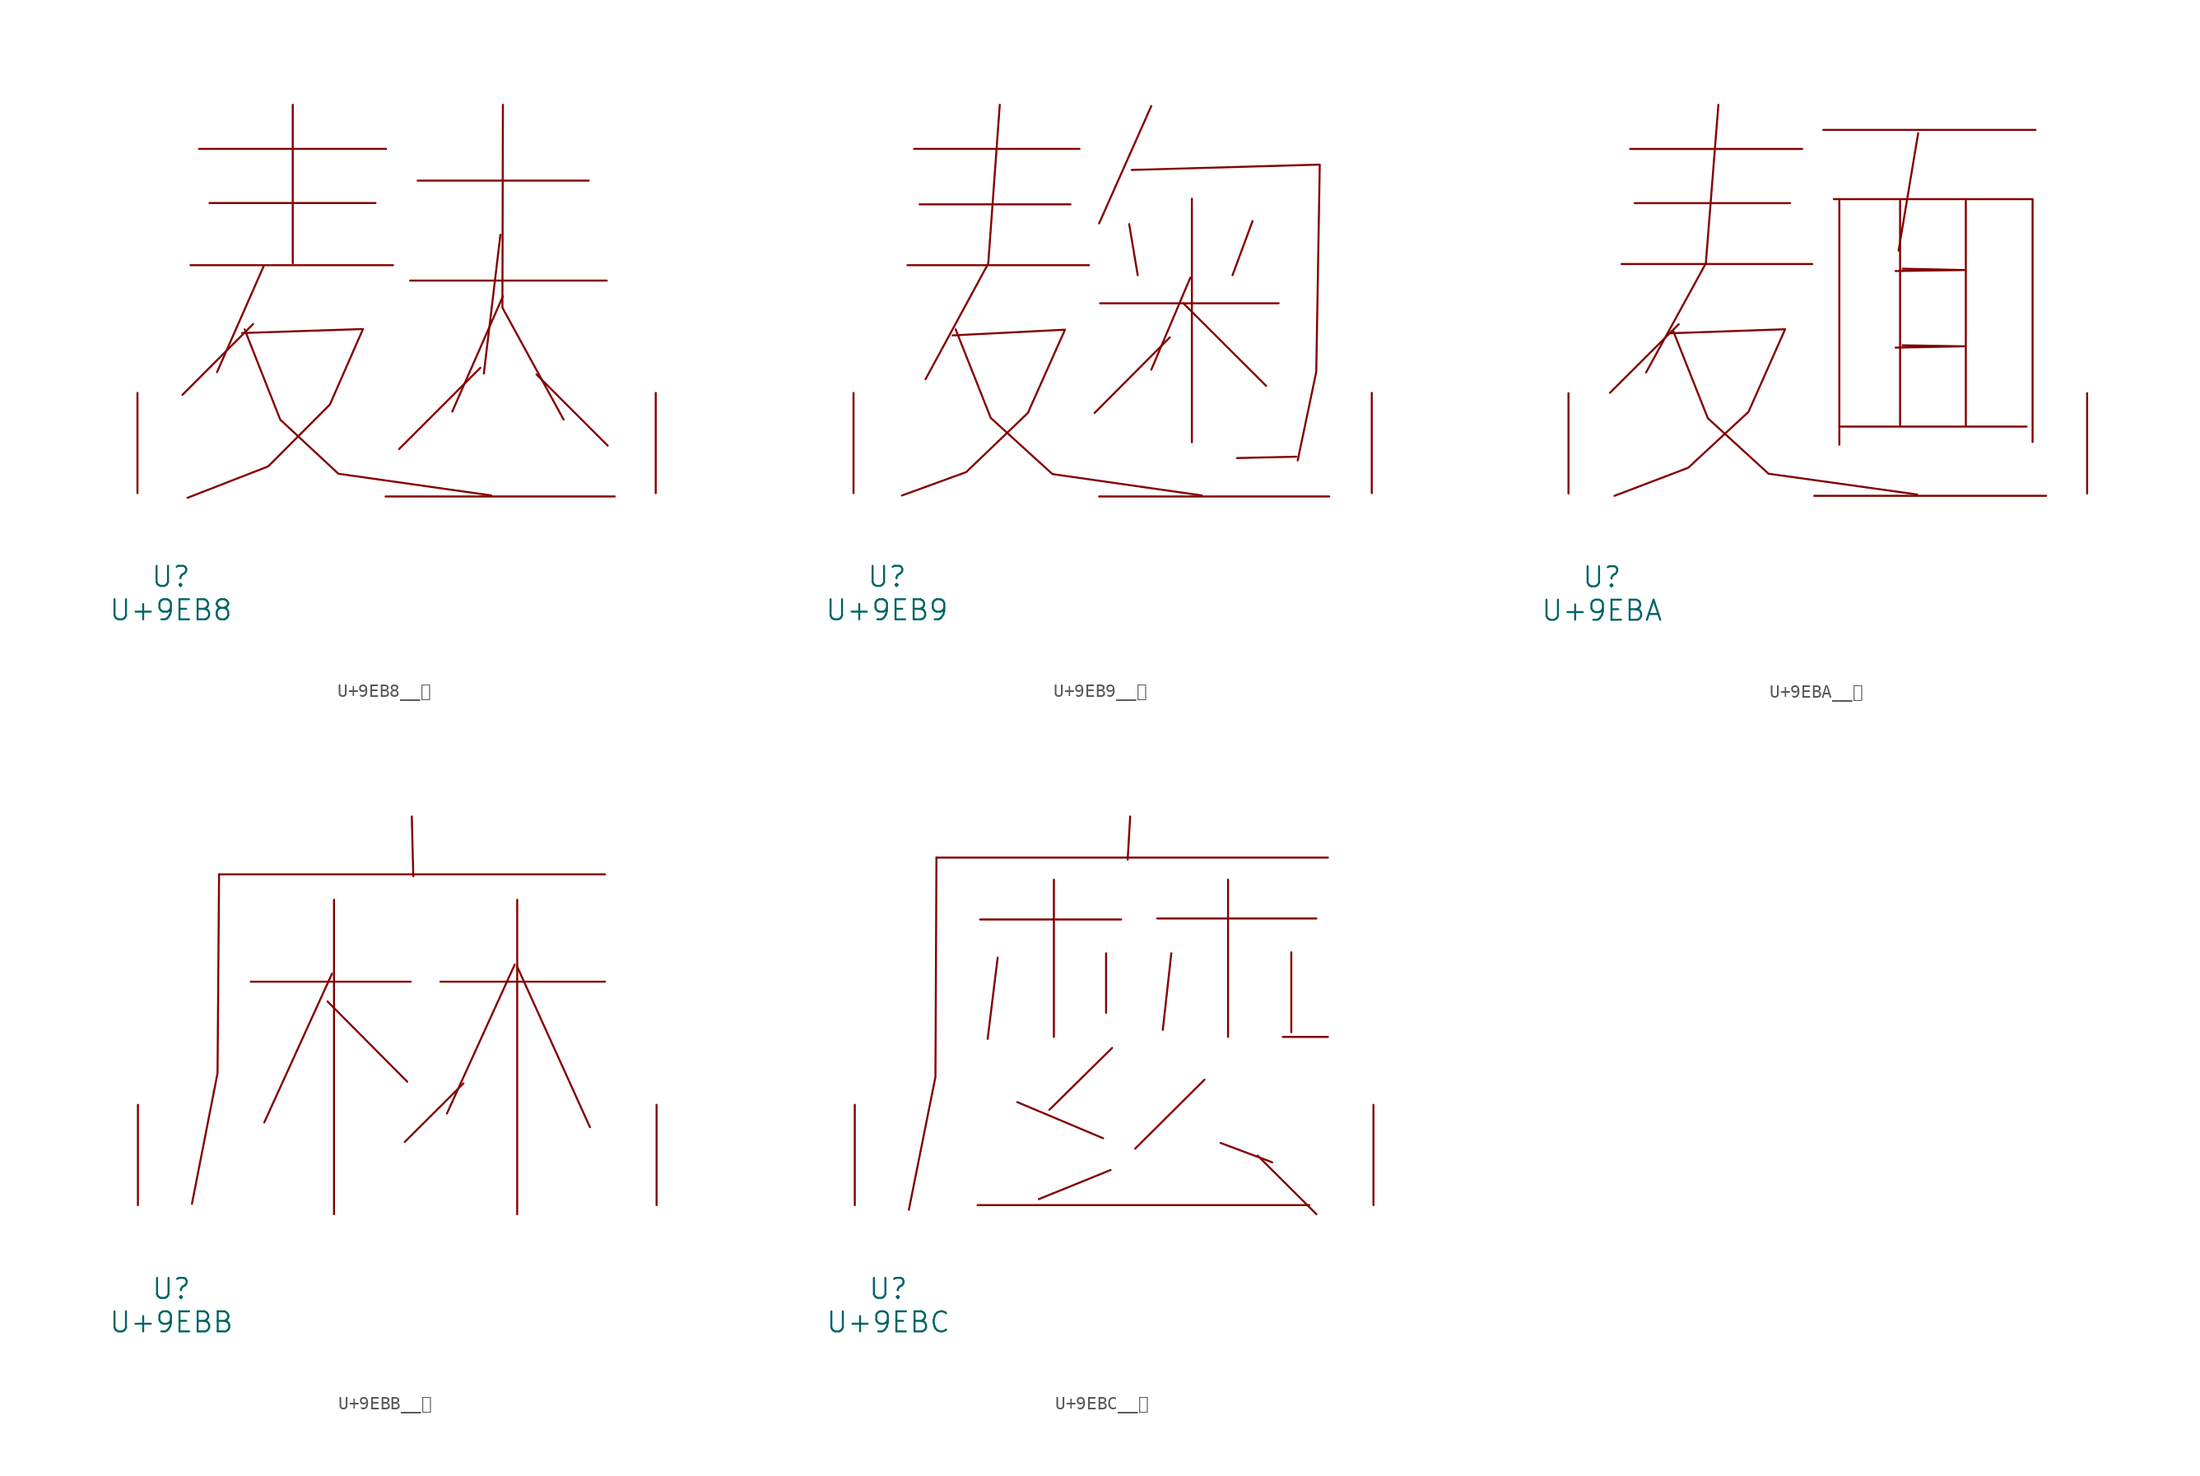
<source format=kicad_sym>
(kicad_symbol_lib
  (version 20231120)
  (generator "kicad_symbol_editor")
  (generator_version "8.0")
  (symbol "U+9EB8__麸"
    (pin_names
      (offset 1.016))
    (property "Reference" "U"
      (at 0 -6.35 0)
      (effects (font (size 1.524 1.524))))
    (property "Value" "U+9EB8"
      (at 0 -8.89 0)
      (effects (font (size 1.524 1.524))))
    (symbol "U+9EB8__麸_0_1"
      (polyline (pts (xy 1.486 17.323) (xy 16.878 17.323)) (stroke (width 0) (type solid)) (fill (type none)))
      (polyline (pts (xy 2.134 26.162) (xy 16.345 26.162)) (stroke (width 0) (type solid)) (fill (type none)))
      (polyline (pts (xy 2.934 22.047) (xy 15.545 22.047)) (stroke (width 0) (type solid)) (fill (type none)))
      (polyline (pts (xy 6.248 12.852) (xy 0.876 7.468)) (stroke (width 0) (type solid)) (fill (type none)))
      (polyline (pts (xy 7.048 17.247) (xy 3.505 9.195)) (stroke (width 0) (type solid)) (fill (type none)))
      (polyline (pts (xy 9.258 29.515) (xy 9.258 17.475)) (stroke (width 0) (type solid)) (fill (type none)))
      (polyline (pts (xy 16.307 -0.254) (xy 33.718 -0.254)) (stroke (width 0) (type solid)) (fill (type none)))
      (polyline (pts (xy 18.174 16.154) (xy 33.109 16.154)) (stroke (width 0) (type solid)) (fill (type none)))
      (polyline (pts (xy 18.745 23.749) (xy 31.737 23.749)) (stroke (width 0) (type solid)) (fill (type none)))
      (polyline (pts (xy 23.508 9.525) (xy 17.335 3.353)) (stroke (width 0) (type solid)) (fill (type none)))
      (polyline (pts (xy 25.032 19.634) (xy 23.774 9.093)) (stroke (width 0) (type solid)) (fill (type none)))
      (polyline (pts (xy 25.222 14.961) (xy 21.374 6.198)) (stroke (width 0) (type solid)) (fill (type none)))
      (polyline (pts (xy 27.775 9.017) (xy 33.185 3.607)) (stroke (width 0) (type solid)) (fill (type none)))
      (polyline (pts (xy 25.222 29.515) (xy 25.184 14.097) (xy 29.832 5.588)) (stroke (width 0) (type solid)) (fill (type none)))
      (polyline (pts (xy 5.601 12.446) (xy 8.306 5.588) (xy 12.725 1.473) (xy 24.346 -0.178)) (stroke (width 0) (type solid)) (fill (type none)))
      (polyline (pts (xy 5.41 12.167) (xy 14.592 12.471) (xy 12.078 6.731) (xy 7.391 2.032) (xy 1.257 -0.356)) (stroke (width 0) (type solid)) (fill (type none)))
      (pin input line (at -2.54 0 90) (length 7.62) (name "~" (effects (font (size 1.27 1.27)))) (number "~" (effects (font (size 1.27 1.27)))))
      (pin input line (at 36.83 0 90) (length 7.62) (name "~" (effects (font (size 1.27 1.27)))) (number "~" (effects (font (size 1.27 1.27)))))))
  (symbol "U+9EB9__麹"
    (pin_names
      (offset 1.016))
    (property "Reference" "U"
      (at 0 -6.35 0)
      (effects (font (size 1.524 1.524))))
    (property "Value" "U+9EB9"
      (at 0 -8.89 0)
      (effects (font (size 1.524 1.524))))
    (symbol "U+9EB9__麹_0_1"
      (polyline (pts (xy 1.562 17.323) (xy 15.354 17.323)) (stroke (width 0) (type solid)) (fill (type none)))
      (polyline (pts (xy 2.057 26.162) (xy 14.63 26.162)) (stroke (width 0) (type solid)) (fill (type none)))
      (polyline (pts (xy 2.477 21.946) (xy 13.945 21.946)) (stroke (width 0) (type solid)) (fill (type none)))
      (polyline (pts (xy 16.116 -0.254) (xy 33.604 -0.254)) (stroke (width 0) (type solid)) (fill (type none)))
      (polyline (pts (xy 16.192 14.427) (xy 29.756 14.427)) (stroke (width 0) (type solid)) (fill (type none)))
      (polyline (pts (xy 18.402 20.447) (xy 19.05 16.561)) (stroke (width 0) (type solid)) (fill (type none)))
      (polyline (pts (xy 20.079 29.413) (xy 16.116 20.498)) (stroke (width 0) (type solid)) (fill (type none)))
      (polyline (pts (xy 21.488 11.836) (xy 15.773 6.096)) (stroke (width 0) (type solid)) (fill (type none)))
      (polyline (pts (xy 22.517 14.427) (xy 28.804 8.153)) (stroke (width 0) (type solid)) (fill (type none)))
      (polyline (pts (xy 23.05 16.383) (xy 20.079 9.373)) (stroke (width 0) (type solid)) (fill (type none)))
      (polyline (pts (xy 23.165 22.377) (xy 23.165 3.861)) (stroke (width 0) (type solid)) (fill (type none)))
      (polyline (pts (xy 27.775 20.676) (xy 26.251 16.561)) (stroke (width 0) (type solid)) (fill (type none)))
      (polyline (pts (xy 31.09 2.769) (xy 26.594 2.667)) (stroke (width 0) (type solid)) (fill (type none)))
      (polyline (pts (xy 8.572 29.515) (xy 7.696 17.45) (xy 2.934 8.661)) (stroke (width 0) (type solid)) (fill (type none)))
      (polyline (pts (xy 5.22 12.446) (xy 7.887 5.715) (xy 12.573 1.448) (xy 23.927 -0.178)) (stroke (width 0) (type solid)) (fill (type none)))
      (polyline (pts (xy 18.593 24.562) (xy 32.88 24.968) (xy 32.614 9.22) (xy 31.204 2.489)) (stroke (width 0) (type solid)) (fill (type none)))
      (polyline (pts (xy 4.991 11.989) (xy 13.525 12.421) (xy 10.706 6.096) (xy 6.02 1.6) (xy 1.143 -0.178)) (stroke (width 0) (type solid)) (fill (type none)))
      (pin input line (at -2.54 0 90) (length 7.62) (name "~" (effects (font (size 1.27 1.27)))) (number "~" (effects (font (size 1.27 1.27)))))
      (pin input line (at 36.83 0 90) (length 7.62) (name "~" (effects (font (size 1.27 1.27)))) (number "~" (effects (font (size 1.27 1.27)))))))
  (symbol "U+9EBA__麺"
    (pin_names
      (offset 1.016))
    (property "Reference" "U"
      (at 0 -6.35 0)
      (effects (font (size 1.524 1.524))))
    (property "Value" "U+9EBA"
      (at 0 -8.89 0)
      (effects (font (size 1.524 1.524))))
    (symbol "U+9EBA__麺_0_1"
      (polyline (pts (xy 1.486 17.424) (xy 15.964 17.424)) (stroke (width 0) (type solid)) (fill (type none)))
      (polyline (pts (xy 2.134 26.162) (xy 15.202 26.162)) (stroke (width 0) (type solid)) (fill (type none)))
      (polyline (pts (xy 2.477 22.047) (xy 14.287 22.047)) (stroke (width 0) (type solid)) (fill (type none)))
      (polyline (pts (xy 5.829 12.852) (xy 0.61 7.645)) (stroke (width 0) (type solid)) (fill (type none)))
      (polyline (pts (xy 16.116 -0.178) (xy 33.718 -0.178)) (stroke (width 0) (type solid)) (fill (type none)))
      (polyline (pts (xy 16.802 27.61) (xy 32.918 27.61)) (stroke (width 0) (type solid)) (fill (type none)))
      (polyline (pts (xy 18.021 5.08) (xy 32.233 5.08)) (stroke (width 0) (type solid)) (fill (type none)))
      (polyline (pts (xy 18.021 22.225) (xy 18.021 3.708)) (stroke (width 0) (type solid)) (fill (type none)))
      (polyline (pts (xy 22.631 22.225) (xy 22.631 5.182)) (stroke (width 0) (type solid)) (fill (type none)))
      (polyline (pts (xy 24.003 27.356) (xy 22.517 18.44)) (stroke (width 0) (type solid)) (fill (type none)))
      (polyline (pts (xy 27.622 22.225) (xy 27.622 5.182)) (stroke (width 0) (type solid)) (fill (type none)))
      (polyline (pts (xy 8.839 29.515) (xy 7.887 17.475) (xy 3.353 9.195)) (stroke (width 0) (type solid)) (fill (type none)))
      (polyline (pts (xy 17.602 22.352) (xy 32.69 22.352) (xy 32.69 3.912)) (stroke (width 0) (type solid)) (fill (type none)))
      (polyline (pts (xy 22.822 11.252) (xy 27.508 11.176) (xy 22.288 11.074)) (stroke (width 0) (type solid)) (fill (type none)))
      (polyline (pts (xy 22.822 17.069) (xy 27.508 16.967) (xy 22.288 16.891)) (stroke (width 0) (type solid)) (fill (type none)))
      (polyline (pts (xy 5.41 12.344) (xy 8.039 5.715) (xy 12.649 1.499) (xy 23.927 -0.076)) (stroke (width 0) (type solid)) (fill (type none)))
      (polyline (pts (xy 5.22 12.167) (xy 13.906 12.471) (xy 11.125 6.198) (xy 6.553 1.956) (xy 0.953 -0.178)) (stroke (width 0) (type solid)) (fill (type none)))
      (pin input line (at -2.54 0 90) (length 7.62) (name "~" (effects (font (size 1.27 1.27)))) (number "~" (effects (font (size 1.27 1.27)))))
      (pin input line (at 36.83 0 90) (length 7.62) (name "~" (effects (font (size 1.27 1.27)))) (number "~" (effects (font (size 1.27 1.27)))))))
  (symbol "U+9EBB__麻"
    (pin_names
      (offset 1.016))
    (property "Reference" "U"
      (at 0 -6.35 0)
      (effects (font (size 1.524 1.524))))
    (property "Value" "U+9EBB"
      (at 0 -8.89 0)
      (effects (font (size 1.524 1.524))))
    (symbol "U+9EBB__麻_0_1"
      (polyline (pts (xy 3.619 25.121) (xy 32.918 25.121)) (stroke (width 0) (type solid)) (fill (type none)))
      (polyline (pts (xy 6.02 16.967) (xy 18.174 16.967)) (stroke (width 0) (type solid)) (fill (type none)))
      (polyline (pts (xy 11.849 15.469) (xy 17.907 9.373)) (stroke (width 0) (type solid)) (fill (type none)))
      (polyline (pts (xy 12.192 17.577) (xy 7.048 6.274)) (stroke (width 0) (type solid)) (fill (type none)))
      (polyline (pts (xy 12.344 23.19) (xy 12.344 -0.686)) (stroke (width 0) (type solid)) (fill (type none)))
      (polyline (pts (xy 18.25 29.515) (xy 18.364 24.968)) (stroke (width 0) (type solid)) (fill (type none)))
      (polyline (pts (xy 20.422 16.967) (xy 32.918 16.967)) (stroke (width 0) (type solid)) (fill (type none)))
      (polyline (pts (xy 22.174 9.246) (xy 17.716 4.801)) (stroke (width 0) (type solid)) (fill (type none)))
      (polyline (pts (xy 26.06 18.263) (xy 20.917 6.96)) (stroke (width 0) (type solid)) (fill (type none)))
      (polyline (pts (xy 26.251 18.11) (xy 31.775 5.918)) (stroke (width 0) (type solid)) (fill (type none)))
      (polyline (pts (xy 26.251 23.19) (xy 26.251 -0.686)) (stroke (width 0) (type solid)) (fill (type none)))
      (polyline (pts (xy 3.619 25.121) (xy 3.505 10.033) (xy 1.562 0.102)) (stroke (width 0) (type solid)) (fill (type none)))
      (pin input line (at -2.54 0 90) (length 7.62) (name "~" (effects (font (size 1.27 1.27)))) (number "~" (effects (font (size 1.27 1.27)))))
      (pin input line (at 36.83 0 90) (length 7.62) (name "~" (effects (font (size 1.27 1.27)))) (number "~" (effects (font (size 1.27 1.27)))))))
  (symbol "U+9EBC__麼"
    (pin_names
      (offset 1.016))
    (property "Reference" "U"
      (at 0 -6.35 0)
      (effects (font (size 1.524 1.524))))
    (property "Value" "U+9EBC"
      (at 0 -8.89 0)
      (effects (font (size 1.524 1.524))))
    (symbol "U+9EBC__麼_0_1"
      (polyline (pts (xy 3.658 26.391) (xy 33.376 26.391)) (stroke (width 0) (type solid)) (fill (type none)))
      (polyline (pts (xy 6.782 0) (xy 31.966 0)) (stroke (width 0) (type solid)) (fill (type none)))
      (polyline (pts (xy 6.972 21.692) (xy 17.678 21.692)) (stroke (width 0) (type solid)) (fill (type none)))
      (polyline (pts (xy 8.306 18.796) (xy 7.544 12.624)) (stroke (width 0) (type solid)) (fill (type none)))
      (polyline (pts (xy 9.792 7.823) (xy 16.307 5.08)) (stroke (width 0) (type solid)) (fill (type none)))
      (polyline (pts (xy 12.573 24.714) (xy 12.573 12.776)) (stroke (width 0) (type solid)) (fill (type none)))
      (polyline (pts (xy 16.535 19.126) (xy 16.535 14.605)) (stroke (width 0) (type solid)) (fill (type none)))
      (polyline (pts (xy 16.878 2.667) (xy 11.43 0.457)) (stroke (width 0) (type solid)) (fill (type none)))
      (polyline (pts (xy 16.993 11.938) (xy 12.23 7.239)) (stroke (width 0) (type solid)) (fill (type none)))
      (polyline (pts (xy 18.364 29.515) (xy 18.174 26.238)) (stroke (width 0) (type solid)) (fill (type none)))
      (polyline (pts (xy 20.422 21.768) (xy 32.499 21.768)) (stroke (width 0) (type solid)) (fill (type none)))
      (polyline (pts (xy 21.488 19.126) (xy 20.841 13.31)) (stroke (width 0) (type solid)) (fill (type none)))
      (polyline (pts (xy 24.003 9.525) (xy 18.745 4.293)) (stroke (width 0) (type solid)) (fill (type none)))
      (polyline (pts (xy 25.222 4.724) (xy 29.146 3.251)) (stroke (width 0) (type solid)) (fill (type none)))
      (polyline (pts (xy 25.794 24.714) (xy 25.794 12.776)) (stroke (width 0) (type solid)) (fill (type none)))
      (polyline (pts (xy 28.042 3.759) (xy 32.499 -0.686)) (stroke (width 0) (type solid)) (fill (type none)))
      (polyline (pts (xy 29.947 12.776) (xy 33.376 12.776)) (stroke (width 0) (type solid)) (fill (type none)))
      (polyline (pts (xy 30.594 19.202) (xy 30.594 13.132)) (stroke (width 0) (type solid)) (fill (type none)))
      (polyline (pts (xy 3.658 26.391) (xy 3.581 9.728) (xy 1.562 -0.356)) (stroke (width 0) (type solid)) (fill (type none)))
      (pin input line (at -2.54 0 90) (length 7.62) (name "~" (effects (font (size 1.27 1.27)))) (number "~" (effects (font (size 1.27 1.27)))))
      (pin input line (at 36.83 0 90) (length 7.62) (name "~" (effects (font (size 1.27 1.27)))) (number "~" (effects (font (size 1.27 1.27))))))))
</source>
